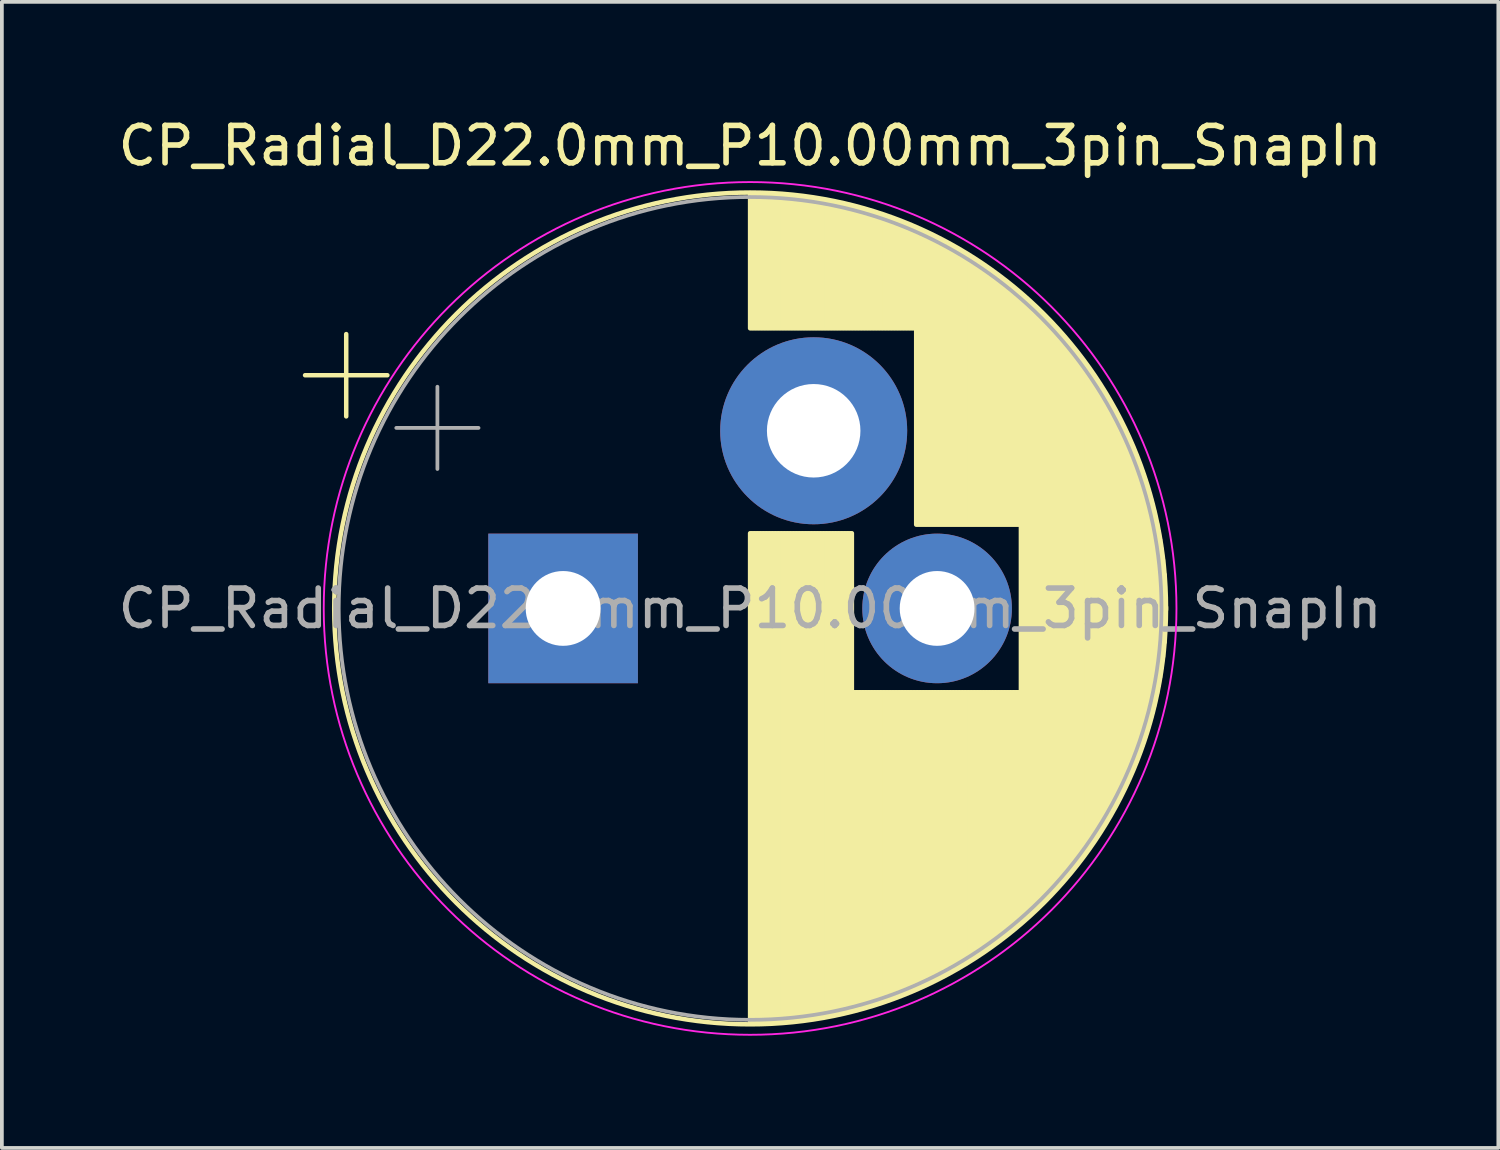
<source format=kicad_pcb>
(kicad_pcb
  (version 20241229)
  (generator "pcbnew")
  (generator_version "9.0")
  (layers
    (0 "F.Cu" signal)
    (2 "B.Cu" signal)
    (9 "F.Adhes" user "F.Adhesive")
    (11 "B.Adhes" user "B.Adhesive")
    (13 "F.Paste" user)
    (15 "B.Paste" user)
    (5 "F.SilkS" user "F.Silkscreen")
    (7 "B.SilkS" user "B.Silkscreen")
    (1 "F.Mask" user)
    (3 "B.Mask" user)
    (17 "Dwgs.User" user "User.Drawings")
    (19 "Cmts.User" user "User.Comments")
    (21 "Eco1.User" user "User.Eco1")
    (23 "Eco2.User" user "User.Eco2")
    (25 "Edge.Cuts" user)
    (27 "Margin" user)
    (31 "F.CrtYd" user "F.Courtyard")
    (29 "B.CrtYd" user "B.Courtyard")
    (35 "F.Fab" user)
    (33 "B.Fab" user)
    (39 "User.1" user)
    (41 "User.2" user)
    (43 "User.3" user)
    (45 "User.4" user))
  (footprint "CP_Radial_D22.0mm_P10.00mm_3pin_SnapIn"
    (layer "F.Cu")
    (at 12.006 13.218)
    (property "Reference" "CP_Radial_D22.0mm_P10.00mm_3pin_SnapIn" (at 5 -12.37 0) (layer "F.SilkS") (effects (font (size 1 1) (thickness 0.15))))
    (attr through_hole)
    (fp_line (start -6.899 -6.235) (end -4.699 -6.235) (stroke (width 0.12) (type solid)) (layer "F.SilkS"))
    (fp_line (start -5.799 -7.335) (end -5.799 -5.135) (stroke (width 0.12) (type solid)) (layer "F.SilkS"))
    (fp_line (start 5 -11.081) (end 5 -7.49) (stroke (width 0.12) (type solid)) (layer "F.SilkS"))
    (fp_line (start 5 -2.01) (end 5 11.081) (stroke (width 0.12) (type solid)) (layer "F.SilkS"))
    (fp_line (start 5.04 -11.08) (end 5.04 -7.49) (stroke (width 0.12) (type solid)) (layer "F.SilkS"))
    (fp_line (start 5.04 -2.01) (end 5.04 11.08) (stroke (width 0.12) (type solid)) (layer "F.SilkS"))
    (fp_line (start 5.08 -11.08) (end 5.08 -7.49) (stroke (width 0.12) (type solid)) (layer "F.SilkS"))
    (fp_line (start 5.08 -2.01) (end 5.08 11.08) (stroke (width 0.12) (type solid)) (layer "F.SilkS"))
    (fp_line (start 5.12 -11.08) (end 5.12 -7.49) (stroke (width 0.12) (type solid)) (layer "F.SilkS"))
    (fp_line (start 5.12 -2.01) (end 5.12 11.08) (stroke (width 0.12) (type solid)) (layer "F.SilkS"))
    (fp_line (start 5.16 -11.079) (end 5.16 -7.49) (stroke (width 0.12) (type solid)) (layer "F.SilkS"))
    (fp_line (start 5.16 -2.01) (end 5.16 11.079) (stroke (width 0.12) (type solid)) (layer "F.SilkS"))
    (fp_line (start 5.2 -11.079) (end 5.2 -7.49) (stroke (width 0.12) (type solid)) (layer "F.SilkS"))
    (fp_line (start 5.2 -2.01) (end 5.2 11.079) (stroke (width 0.12) (type solid)) (layer "F.SilkS"))
    (fp_line (start 5.24 -11.078) (end 5.24 -7.49) (stroke (width 0.12) (type solid)) (layer "F.SilkS"))
    (fp_line (start 5.24 -2.01) (end 5.24 11.078) (stroke (width 0.12) (type solid)) (layer "F.SilkS"))
    (fp_line (start 5.28 -11.077) (end 5.28 -7.49) (stroke (width 0.12) (type solid)) (layer "F.SilkS"))
    (fp_line (start 5.28 -2.01) (end 5.28 11.077) (stroke (width 0.12) (type solid)) (layer "F.SilkS"))
    (fp_line (start 5.32 -11.076) (end 5.32 -7.49) (stroke (width 0.12) (type solid)) (layer "F.SilkS"))
    (fp_line (start 5.32 -2.01) (end 5.32 11.076) (stroke (width 0.12) (type solid)) (layer "F.SilkS"))
    (fp_line (start 5.36 -11.075) (end 5.36 -7.49) (stroke (width 0.12) (type solid)) (layer "F.SilkS"))
    (fp_line (start 5.36 -2.01) (end 5.36 11.075) (stroke (width 0.12) (type solid)) (layer "F.SilkS"))
    (fp_line (start 5.4 -11.073) (end 5.4 -7.49) (stroke (width 0.12) (type solid)) (layer "F.SilkS"))
    (fp_line (start 5.4 -2.01) (end 5.4 11.073) (stroke (width 0.12) (type solid)) (layer "F.SilkS"))
    (fp_line (start 5.44 -11.072) (end 5.44 -7.49) (stroke (width 0.12) (type solid)) (layer "F.SilkS"))
    (fp_line (start 5.44 -2.01) (end 5.44 11.072) (stroke (width 0.12) (type solid)) (layer "F.SilkS"))
    (fp_line (start 5.48 -11.07) (end 5.48 -7.49) (stroke (width 0.12) (type solid)) (layer "F.SilkS"))
    (fp_line (start 5.48 -2.01) (end 5.48 11.07) (stroke (width 0.12) (type solid)) (layer "F.SilkS"))
    (fp_line (start 5.52 -11.068) (end 5.52 -7.49) (stroke (width 0.12) (type solid)) (layer "F.SilkS"))
    (fp_line (start 5.52 -2.01) (end 5.52 11.068) (stroke (width 0.12) (type solid)) (layer "F.SilkS"))
    (fp_line (start 5.56 -11.066) (end 5.56 -7.49) (stroke (width 0.12) (type solid)) (layer "F.SilkS"))
    (fp_line (start 5.56 -2.01) (end 5.56 11.066) (stroke (width 0.12) (type solid)) (layer "F.SilkS"))
    (fp_line (start 5.6 -11.064) (end 5.6 -7.49) (stroke (width 0.12) (type solid)) (layer "F.SilkS"))
    (fp_line (start 5.6 -2.01) (end 5.6 11.064) (stroke (width 0.12) (type solid)) (layer "F.SilkS"))
    (fp_line (start 5.64 -11.062) (end 5.64 -7.49) (stroke (width 0.12) (type solid)) (layer "F.SilkS"))
    (fp_line (start 5.64 -2.01) (end 5.64 11.062) (stroke (width 0.12) (type solid)) (layer "F.SilkS"))
    (fp_line (start 5.68 -11.06) (end 5.68 -7.49) (stroke (width 0.12) (type solid)) (layer "F.SilkS"))
    (fp_line (start 5.68 -2.01) (end 5.68 11.06) (stroke (width 0.12) (type solid)) (layer "F.SilkS"))
    (fp_line (start 5.721 -11.057) (end 5.721 -7.49) (stroke (width 0.12) (type solid)) (layer "F.SilkS"))
    (fp_line (start 5.721 -2.01) (end 5.721 11.057) (stroke (width 0.12) (type solid)) (layer "F.SilkS"))
    (fp_line (start 5.761 -11.054) (end 5.761 -7.49) (stroke (width 0.12) (type solid)) (layer "F.SilkS"))
    (fp_line (start 5.761 -2.01) (end 5.761 11.054) (stroke (width 0.12) (type solid)) (layer "F.SilkS"))
    (fp_line (start 5.801 -11.052) (end 5.801 -7.49) (stroke (width 0.12) (type solid)) (layer "F.SilkS"))
    (fp_line (start 5.801 -2.01) (end 5.801 11.052) (stroke (width 0.12) (type solid)) (layer "F.SilkS"))
    (fp_line (start 5.841 -11.049) (end 5.841 -7.49) (stroke (width 0.12) (type solid)) (layer "F.SilkS"))
    (fp_line (start 5.841 -2.01) (end 5.841 11.049) (stroke (width 0.12) (type solid)) (layer "F.SilkS"))
    (fp_line (start 5.881 -11.046) (end 5.881 -7.49) (stroke (width 0.12) (type solid)) (layer "F.SilkS"))
    (fp_line (start 5.881 -2.01) (end 5.881 11.046) (stroke (width 0.12) (type solid)) (layer "F.SilkS"))
    (fp_line (start 5.921 -11.042) (end 5.921 -7.49) (stroke (width 0.12) (type solid)) (layer "F.SilkS"))
    (fp_line (start 5.921 -2.01) (end 5.921 11.042) (stroke (width 0.12) (type solid)) (layer "F.SilkS"))
    (fp_line (start 5.961 -11.039) (end 5.961 -7.49) (stroke (width 0.12) (type solid)) (layer "F.SilkS"))
    (fp_line (start 5.961 -2.01) (end 5.961 11.039) (stroke (width 0.12) (type solid)) (layer "F.SilkS"))
    (fp_line (start 6.001 -11.035) (end 6.001 -7.49) (stroke (width 0.12) (type solid)) (layer "F.SilkS"))
    (fp_line (start 6.001 -2.01) (end 6.001 11.035) (stroke (width 0.12) (type solid)) (layer "F.SilkS"))
    (fp_line (start 6.041 -11.032) (end 6.041 -7.49) (stroke (width 0.12) (type solid)) (layer "F.SilkS"))
    (fp_line (start 6.041 -2.01) (end 6.041 11.032) (stroke (width 0.12) (type solid)) (layer "F.SilkS"))
    (fp_line (start 6.081 -11.028) (end 6.081 -7.49) (stroke (width 0.12) (type solid)) (layer "F.SilkS"))
    (fp_line (start 6.081 -2.01) (end 6.081 11.028) (stroke (width 0.12) (type solid)) (layer "F.SilkS"))
    (fp_line (start 6.121 -11.024) (end 6.121 -7.49) (stroke (width 0.12) (type solid)) (layer "F.SilkS"))
    (fp_line (start 6.121 -2.01) (end 6.121 11.024) (stroke (width 0.12) (type solid)) (layer "F.SilkS"))
    (fp_line (start 6.161 -11.02) (end 6.161 -7.49) (stroke (width 0.12) (type solid)) (layer "F.SilkS"))
    (fp_line (start 6.161 -2.01) (end 6.161 11.02) (stroke (width 0.12) (type solid)) (layer "F.SilkS"))
    (fp_line (start 6.201 -11.016) (end 6.201 -7.49) (stroke (width 0.12) (type solid)) (layer "F.SilkS"))
    (fp_line (start 6.201 -2.01) (end 6.201 11.016) (stroke (width 0.12) (type solid)) (layer "F.SilkS"))
    (fp_line (start 6.241 -11.011) (end 6.241 -7.49) (stroke (width 0.12) (type solid)) (layer "F.SilkS"))
    (fp_line (start 6.241 -2.01) (end 6.241 11.011) (stroke (width 0.12) (type solid)) (layer "F.SilkS"))
    (fp_line (start 6.281 -11.007) (end 6.281 -7.49) (stroke (width 0.12) (type solid)) (layer "F.SilkS"))
    (fp_line (start 6.281 -2.01) (end 6.281 11.007) (stroke (width 0.12) (type solid)) (layer "F.SilkS"))
    (fp_line (start 6.321 -11.002) (end 6.321 -7.49) (stroke (width 0.12) (type solid)) (layer "F.SilkS"))
    (fp_line (start 6.321 -2.01) (end 6.321 11.002) (stroke (width 0.12) (type solid)) (layer "F.SilkS"))
    (fp_line (start 6.361 -10.997) (end 6.361 -7.49) (stroke (width 0.12) (type solid)) (layer "F.SilkS"))
    (fp_line (start 6.361 -2.01) (end 6.361 10.997) (stroke (width 0.12) (type solid)) (layer "F.SilkS"))
    (fp_line (start 6.401 -10.992) (end 6.401 -7.49) (stroke (width 0.12) (type solid)) (layer "F.SilkS"))
    (fp_line (start 6.401 -2.01) (end 6.401 10.992) (stroke (width 0.12) (type solid)) (layer "F.SilkS"))
    (fp_line (start 6.441 -10.987) (end 6.441 -7.49) (stroke (width 0.12) (type solid)) (layer "F.SilkS"))
    (fp_line (start 6.441 -2.01) (end 6.441 10.987) (stroke (width 0.12) (type solid)) (layer "F.SilkS"))
    (fp_line (start 6.481 -10.982) (end 6.481 -7.49) (stroke (width 0.12) (type solid)) (layer "F.SilkS"))
    (fp_line (start 6.481 -2.01) (end 6.481 10.982) (stroke (width 0.12) (type solid)) (layer "F.SilkS"))
    (fp_line (start 6.521 -10.976) (end 6.521 -7.49) (stroke (width 0.12) (type solid)) (layer "F.SilkS"))
    (fp_line (start 6.521 -2.01) (end 6.521 10.976) (stroke (width 0.12) (type solid)) (layer "F.SilkS"))
    (fp_line (start 6.561 -10.971) (end 6.561 -7.49) (stroke (width 0.12) (type solid)) (layer "F.SilkS"))
    (fp_line (start 6.561 -2.01) (end 6.561 10.971) (stroke (width 0.12) (type solid)) (layer "F.SilkS"))
    (fp_line (start 6.601 -10.965) (end 6.601 -7.49) (stroke (width 0.12) (type solid)) (layer "F.SilkS"))
    (fp_line (start 6.601 -2.01) (end 6.601 10.965) (stroke (width 0.12) (type solid)) (layer "F.SilkS"))
    (fp_line (start 6.641 -10.959) (end 6.641 -7.49) (stroke (width 0.12) (type solid)) (layer "F.SilkS"))
    (fp_line (start 6.641 -2.01) (end 6.641 10.959) (stroke (width 0.12) (type solid)) (layer "F.SilkS"))
    (fp_line (start 6.681 -10.953) (end 6.681 -7.49) (stroke (width 0.12) (type solid)) (layer "F.SilkS"))
    (fp_line (start 6.681 -2.01) (end 6.681 10.953) (stroke (width 0.12) (type solid)) (layer "F.SilkS"))
    (fp_line (start 6.721 -10.947) (end 6.721 -7.49) (stroke (width 0.12) (type solid)) (layer "F.SilkS"))
    (fp_line (start 6.721 -2.01) (end 6.721 10.947) (stroke (width 0.12) (type solid)) (layer "F.SilkS"))
    (fp_line (start 6.761 -10.94) (end 6.761 -7.49) (stroke (width 0.12) (type solid)) (layer "F.SilkS"))
    (fp_line (start 6.761 -2.01) (end 6.761 10.94) (stroke (width 0.12) (type solid)) (layer "F.SilkS"))
    (fp_line (start 6.801 -10.934) (end 6.801 -7.49) (stroke (width 0.12) (type solid)) (layer "F.SilkS"))
    (fp_line (start 6.801 -2.01) (end 6.801 10.934) (stroke (width 0.12) (type solid)) (layer "F.SilkS"))
    (fp_line (start 6.841 -10.927) (end 6.841 -7.49) (stroke (width 0.12) (type solid)) (layer "F.SilkS"))
    (fp_line (start 6.841 -2.01) (end 6.841 10.927) (stroke (width 0.12) (type solid)) (layer "F.SilkS"))
    (fp_line (start 6.881 -10.92) (end 6.881 -7.49) (stroke (width 0.12) (type solid)) (layer "F.SilkS"))
    (fp_line (start 6.881 -2.01) (end 6.881 10.92) (stroke (width 0.12) (type solid)) (layer "F.SilkS"))
    (fp_line (start 6.921 -10.913) (end 6.921 -7.49) (stroke (width 0.12) (type solid)) (layer "F.SilkS"))
    (fp_line (start 6.921 -2.01) (end 6.921 10.913) (stroke (width 0.12) (type solid)) (layer "F.SilkS"))
    (fp_line (start 6.961 -10.906) (end 6.961 -7.49) (stroke (width 0.12) (type solid)) (layer "F.SilkS"))
    (fp_line (start 6.961 -2.01) (end 6.961 10.906) (stroke (width 0.12) (type solid)) (layer "F.SilkS"))
    (fp_line (start 7.001 -10.899) (end 7.001 -7.49) (stroke (width 0.12) (type solid)) (layer "F.SilkS"))
    (fp_line (start 7.001 -2.01) (end 7.001 10.899) (stroke (width 0.12) (type solid)) (layer "F.SilkS"))
    (fp_line (start 7.041 -10.892) (end 7.041 -7.49) (stroke (width 0.12) (type solid)) (layer "F.SilkS"))
    (fp_line (start 7.041 -2.01) (end 7.041 10.892) (stroke (width 0.12) (type solid)) (layer "F.SilkS"))
    (fp_line (start 7.081 -10.884) (end 7.081 -7.49) (stroke (width 0.12) (type solid)) (layer "F.SilkS"))
    (fp_line (start 7.081 -2.01) (end 7.081 10.884) (stroke (width 0.12) (type solid)) (layer "F.SilkS"))
    (fp_line (start 7.121 -10.877) (end 7.121 -7.49) (stroke (width 0.12) (type solid)) (layer "F.SilkS"))
    (fp_line (start 7.121 -2.01) (end 7.121 10.877) (stroke (width 0.12) (type solid)) (layer "F.SilkS"))
    (fp_line (start 7.161 -10.869) (end 7.161 -7.49) (stroke (width 0.12) (type solid)) (layer "F.SilkS"))
    (fp_line (start 7.161 -2.01) (end 7.161 10.869) (stroke (width 0.12) (type solid)) (layer "F.SilkS"))
    (fp_line (start 7.201 -10.861) (end 7.201 -7.49) (stroke (width 0.12) (type solid)) (layer "F.SilkS"))
    (fp_line (start 7.201 -2.01) (end 7.201 10.861) (stroke (width 0.12) (type solid)) (layer "F.SilkS"))
    (fp_line (start 7.241 -10.853) (end 7.241 -7.49) (stroke (width 0.12) (type solid)) (layer "F.SilkS"))
    (fp_line (start 7.241 -2.01) (end 7.241 10.853) (stroke (width 0.12) (type solid)) (layer "F.SilkS"))
    (fp_line (start 7.281 -10.844) (end 7.281 -7.49) (stroke (width 0.12) (type solid)) (layer "F.SilkS"))
    (fp_line (start 7.281 -2.01) (end 7.281 10.844) (stroke (width 0.12) (type solid)) (layer "F.SilkS"))
    (fp_line (start 7.321 -10.836) (end 7.321 -7.49) (stroke (width 0.12) (type solid)) (layer "F.SilkS"))
    (fp_line (start 7.321 -2.01) (end 7.321 10.836) (stroke (width 0.12) (type solid)) (layer "F.SilkS"))
    (fp_line (start 7.361 -10.827) (end 7.361 -7.49) (stroke (width 0.12) (type solid)) (layer "F.SilkS"))
    (fp_line (start 7.361 -2.01) (end 7.361 10.827) (stroke (width 0.12) (type solid)) (layer "F.SilkS"))
    (fp_line (start 7.401 -10.818) (end 7.401 -7.49) (stroke (width 0.12) (type solid)) (layer "F.SilkS"))
    (fp_line (start 7.401 -2.01) (end 7.401 10.818) (stroke (width 0.12) (type solid)) (layer "F.SilkS"))
    (fp_line (start 7.441 -10.809) (end 7.441 -7.49) (stroke (width 0.12) (type solid)) (layer "F.SilkS"))
    (fp_line (start 7.441 -2.01) (end 7.441 10.809) (stroke (width 0.12) (type solid)) (layer "F.SilkS"))
    (fp_line (start 7.481 -10.8) (end 7.481 -7.49) (stroke (width 0.12) (type solid)) (layer "F.SilkS"))
    (fp_line (start 7.481 -2.01) (end 7.481 10.8) (stroke (width 0.12) (type solid)) (layer "F.SilkS"))
    (fp_line (start 7.521 -10.791) (end 7.521 -7.49) (stroke (width 0.12) (type solid)) (layer "F.SilkS"))
    (fp_line (start 7.521 -2.01) (end 7.521 10.791) (stroke (width 0.12) (type solid)) (layer "F.SilkS"))
    (fp_line (start 7.561 -10.782) (end 7.561 -7.49) (stroke (width 0.12) (type solid)) (layer "F.SilkS"))
    (fp_line (start 7.561 -2.01) (end 7.561 10.782) (stroke (width 0.12) (type solid)) (layer "F.SilkS"))
    (fp_line (start 7.601 -10.772) (end 7.601 -7.49) (stroke (width 0.12) (type solid)) (layer "F.SilkS"))
    (fp_line (start 7.601 -2.01) (end 7.601 10.772) (stroke (width 0.12) (type solid)) (layer "F.SilkS"))
    (fp_line (start 7.641 -10.763) (end 7.641 -7.49) (stroke (width 0.12) (type solid)) (layer "F.SilkS"))
    (fp_line (start 7.641 -2.01) (end 7.641 10.763) (stroke (width 0.12) (type solid)) (layer "F.SilkS"))
    (fp_line (start 7.681 -10.753) (end 7.681 -7.49) (stroke (width 0.12) (type solid)) (layer "F.SilkS"))
    (fp_line (start 7.681 -2.01) (end 7.681 10.753) (stroke (width 0.12) (type solid)) (layer "F.SilkS"))
    (fp_line (start 7.721 -10.743) (end 7.721 -7.49) (stroke (width 0.12) (type solid)) (layer "F.SilkS"))
    (fp_line (start 7.721 -2.01) (end 7.721 10.743) (stroke (width 0.12) (type solid)) (layer "F.SilkS"))
    (fp_line (start 7.761 -10.733) (end 7.761 -7.49) (stroke (width 0.12) (type solid)) (layer "F.SilkS"))
    (fp_line (start 7.761 2.24) (end 7.761 10.733) (stroke (width 0.12) (type solid)) (layer "F.SilkS"))
    (fp_line (start 7.801 -10.722) (end 7.801 -7.49) (stroke (width 0.12) (type solid)) (layer "F.SilkS"))
    (fp_line (start 7.801 2.24) (end 7.801 10.722) (stroke (width 0.12) (type solid)) (layer "F.SilkS"))
    (fp_line (start 7.841 -10.712) (end 7.841 -7.49) (stroke (width 0.12) (type solid)) (layer "F.SilkS"))
    (fp_line (start 7.841 2.24) (end 7.841 10.712) (stroke (width 0.12) (type solid)) (layer "F.SilkS"))
    (fp_line (start 7.881 -10.701) (end 7.881 -7.49) (stroke (width 0.12) (type solid)) (layer "F.SilkS"))
    (fp_line (start 7.881 2.24) (end 7.881 10.701) (stroke (width 0.12) (type solid)) (layer "F.SilkS"))
    (fp_line (start 7.921 -10.69) (end 7.921 -7.49) (stroke (width 0.12) (type solid)) (layer "F.SilkS"))
    (fp_line (start 7.921 2.24) (end 7.921 10.69) (stroke (width 0.12) (type solid)) (layer "F.SilkS"))
    (fp_line (start 7.961 -10.679) (end 7.961 -7.49) (stroke (width 0.12) (type solid)) (layer "F.SilkS"))
    (fp_line (start 7.961 2.24) (end 7.961 10.679) (stroke (width 0.12) (type solid)) (layer "F.SilkS"))
    (fp_line (start 8.001 -10.668) (end 8.001 -7.49) (stroke (width 0.12) (type solid)) (layer "F.SilkS"))
    (fp_line (start 8.001 2.24) (end 8.001 10.668) (stroke (width 0.12) (type solid)) (layer "F.SilkS"))
    (fp_line (start 8.041 -10.657) (end 8.041 -7.49) (stroke (width 0.12) (type solid)) (layer "F.SilkS"))
    (fp_line (start 8.041 2.24) (end 8.041 10.657) (stroke (width 0.12) (type solid)) (layer "F.SilkS"))
    (fp_line (start 8.081 -10.645) (end 8.081 -7.49) (stroke (width 0.12) (type solid)) (layer "F.SilkS"))
    (fp_line (start 8.081 2.24) (end 8.081 10.645) (stroke (width 0.12) (type solid)) (layer "F.SilkS"))
    (fp_line (start 8.121 -10.634) (end 8.121 -7.49) (stroke (width 0.12) (type solid)) (layer "F.SilkS"))
    (fp_line (start 8.121 2.24) (end 8.121 10.634) (stroke (width 0.12) (type solid)) (layer "F.SilkS"))
    (fp_line (start 8.161 -10.622) (end 8.161 -7.49) (stroke (width 0.12) (type solid)) (layer "F.SilkS"))
    (fp_line (start 8.161 2.24) (end 8.161 10.622) (stroke (width 0.12) (type solid)) (layer "F.SilkS"))
    (fp_line (start 8.201 -10.61) (end 8.201 -7.49) (stroke (width 0.12) (type solid)) (layer "F.SilkS"))
    (fp_line (start 8.201 2.24) (end 8.201 10.61) (stroke (width 0.12) (type solid)) (layer "F.SilkS"))
    (fp_line (start 8.241 -10.598) (end 8.241 -7.49) (stroke (width 0.12) (type solid)) (layer "F.SilkS"))
    (fp_line (start 8.241 2.24) (end 8.241 10.598) (stroke (width 0.12) (type solid)) (layer "F.SilkS"))
    (fp_line (start 8.281 -10.586) (end 8.281 -7.49) (stroke (width 0.12) (type solid)) (layer "F.SilkS"))
    (fp_line (start 8.281 2.24) (end 8.281 10.586) (stroke (width 0.12) (type solid)) (layer "F.SilkS"))
    (fp_line (start 8.321 -10.573) (end 8.321 -7.49) (stroke (width 0.12) (type solid)) (layer "F.SilkS"))
    (fp_line (start 8.321 2.24) (end 8.321 10.573) (stroke (width 0.12) (type solid)) (layer "F.SilkS"))
    (fp_line (start 8.361 -10.561) (end 8.361 -7.49) (stroke (width 0.12) (type solid)) (layer "F.SilkS"))
    (fp_line (start 8.361 2.24) (end 8.361 10.561) (stroke (width 0.12) (type solid)) (layer "F.SilkS"))
    (fp_line (start 8.401 -10.548) (end 8.401 -7.49) (stroke (width 0.12) (type solid)) (layer "F.SilkS"))
    (fp_line (start 8.401 2.24) (end 8.401 10.548) (stroke (width 0.12) (type solid)) (layer "F.SilkS"))
    (fp_line (start 8.441 -10.535) (end 8.441 -7.49) (stroke (width 0.12) (type solid)) (layer "F.SilkS"))
    (fp_line (start 8.441 2.24) (end 8.441 10.535) (stroke (width 0.12) (type solid)) (layer "F.SilkS"))
    (fp_line (start 8.481 -10.522) (end 8.481 -7.49) (stroke (width 0.12) (type solid)) (layer "F.SilkS"))
    (fp_line (start 8.481 2.24) (end 8.481 10.522) (stroke (width 0.12) (type solid)) (layer "F.SilkS"))
    (fp_line (start 8.521 -10.509) (end 8.521 -7.49) (stroke (width 0.12) (type solid)) (layer "F.SilkS"))
    (fp_line (start 8.521 2.24) (end 8.521 10.509) (stroke (width 0.12) (type solid)) (layer "F.SilkS"))
    (fp_line (start 8.561 -10.495) (end 8.561 -7.49) (stroke (width 0.12) (type solid)) (layer "F.SilkS"))
    (fp_line (start 8.561 2.24) (end 8.561 10.495) (stroke (width 0.12) (type solid)) (layer "F.SilkS"))
    (fp_line (start 8.601 -10.482) (end 8.601 -7.49) (stroke (width 0.12) (type solid)) (layer "F.SilkS"))
    (fp_line (start 8.601 2.24) (end 8.601 10.482) (stroke (width 0.12) (type solid)) (layer "F.SilkS"))
    (fp_line (start 8.641 -10.468) (end 8.641 -7.49) (stroke (width 0.12) (type solid)) (layer "F.SilkS"))
    (fp_line (start 8.641 2.24) (end 8.641 10.468) (stroke (width 0.12) (type solid)) (layer "F.SilkS"))
    (fp_line (start 8.681 -10.454) (end 8.681 -7.49) (stroke (width 0.12) (type solid)) (layer "F.SilkS"))
    (fp_line (start 8.681 2.24) (end 8.681 10.454) (stroke (width 0.12) (type solid)) (layer "F.SilkS"))
    (fp_line (start 8.721 -10.44) (end 8.721 -7.49) (stroke (width 0.12) (type solid)) (layer "F.SilkS"))
    (fp_line (start 8.721 2.24) (end 8.721 10.44) (stroke (width 0.12) (type solid)) (layer "F.SilkS"))
    (fp_line (start 8.761 -10.426) (end 8.761 -7.49) (stroke (width 0.12) (type solid)) (layer "F.SilkS"))
    (fp_line (start 8.761 2.24) (end 8.761 10.426) (stroke (width 0.12) (type solid)) (layer "F.SilkS"))
    (fp_line (start 8.801 -10.411) (end 8.801 -7.49) (stroke (width 0.12) (type solid)) (layer "F.SilkS"))
    (fp_line (start 8.801 2.24) (end 8.801 10.411) (stroke (width 0.12) (type solid)) (layer "F.SilkS"))
    (fp_line (start 8.841 -10.396) (end 8.841 -7.49) (stroke (width 0.12) (type solid)) (layer "F.SilkS"))
    (fp_line (start 8.841 2.24) (end 8.841 10.396) (stroke (width 0.12) (type solid)) (layer "F.SilkS"))
    (fp_line (start 8.881 -10.382) (end 8.881 -7.49) (stroke (width 0.12) (type solid)) (layer "F.SilkS"))
    (fp_line (start 8.881 2.24) (end 8.881 10.382) (stroke (width 0.12) (type solid)) (layer "F.SilkS"))
    (fp_line (start 8.921 -10.367) (end 8.921 -7.49) (stroke (width 0.12) (type solid)) (layer "F.SilkS"))
    (fp_line (start 8.921 2.24) (end 8.921 10.367) (stroke (width 0.12) (type solid)) (layer "F.SilkS"))
    (fp_line (start 8.961 -10.351) (end 8.961 -7.49) (stroke (width 0.12) (type solid)) (layer "F.SilkS"))
    (fp_line (start 8.961 2.24) (end 8.961 10.351) (stroke (width 0.12) (type solid)) (layer "F.SilkS"))
    (fp_line (start 9.001 -10.336) (end 9.001 -7.49) (stroke (width 0.12) (type solid)) (layer "F.SilkS"))
    (fp_line (start 9.001 2.24) (end 9.001 10.336) (stroke (width 0.12) (type solid)) (layer "F.SilkS"))
    (fp_line (start 9.041 -10.321) (end 9.041 -7.49) (stroke (width 0.12) (type solid)) (layer "F.SilkS"))
    (fp_line (start 9.041 2.24) (end 9.041 10.321) (stroke (width 0.12) (type solid)) (layer "F.SilkS"))
    (fp_line (start 9.081 -10.305) (end 9.081 -7.49) (stroke (width 0.12) (type solid)) (layer "F.SilkS"))
    (fp_line (start 9.081 2.24) (end 9.081 10.305) (stroke (width 0.12) (type solid)) (layer "F.SilkS"))
    (fp_line (start 9.121 -10.289) (end 9.121 -7.49) (stroke (width 0.12) (type solid)) (layer "F.SilkS"))
    (fp_line (start 9.121 2.24) (end 9.121 10.289) (stroke (width 0.12) (type solid)) (layer "F.SilkS"))
    (fp_line (start 9.161 -10.273) (end 9.161 -7.49) (stroke (width 0.12) (type solid)) (layer "F.SilkS"))
    (fp_line (start 9.161 2.24) (end 9.161 10.273) (stroke (width 0.12) (type solid)) (layer "F.SilkS"))
    (fp_line (start 9.201 -10.257) (end 9.201 -7.49) (stroke (width 0.12) (type solid)) (layer "F.SilkS"))
    (fp_line (start 9.201 2.24) (end 9.201 10.257) (stroke (width 0.12) (type solid)) (layer "F.SilkS"))
    (fp_line (start 9.241 -10.24) (end 9.241 -7.49) (stroke (width 0.12) (type solid)) (layer "F.SilkS"))
    (fp_line (start 9.241 2.24) (end 9.241 10.24) (stroke (width 0.12) (type solid)) (layer "F.SilkS"))
    (fp_line (start 9.281 -10.224) (end 9.281 -7.49) (stroke (width 0.12) (type solid)) (layer "F.SilkS"))
    (fp_line (start 9.281 2.24) (end 9.281 10.224) (stroke (width 0.12) (type solid)) (layer "F.SilkS"))
    (fp_line (start 9.321 -10.207) (end 9.321 -7.49) (stroke (width 0.12) (type solid)) (layer "F.SilkS"))
    (fp_line (start 9.321 2.24) (end 9.321 10.207) (stroke (width 0.12) (type solid)) (layer "F.SilkS"))
    (fp_line (start 9.361 -10.19) (end 9.361 -7.49) (stroke (width 0.12) (type solid)) (layer "F.SilkS"))
    (fp_line (start 9.361 2.24) (end 9.361 10.19) (stroke (width 0.12) (type solid)) (layer "F.SilkS"))
    (fp_line (start 9.401 -10.173) (end 9.401 -7.49) (stroke (width 0.12) (type solid)) (layer "F.SilkS"))
    (fp_line (start 9.401 2.24) (end 9.401 10.173) (stroke (width 0.12) (type solid)) (layer "F.SilkS"))
    (fp_line (start 9.441 -10.156) (end 9.441 -2.24) (stroke (width 0.12) (type solid)) (layer "F.SilkS"))
    (fp_line (start 9.441 2.24) (end 9.441 10.156) (stroke (width 0.12) (type solid)) (layer "F.SilkS"))
    (fp_line (start 9.481 -10.138) (end 9.481 -2.24) (stroke (width 0.12) (type solid)) (layer "F.SilkS"))
    (fp_line (start 9.481 2.24) (end 9.481 10.138) (stroke (width 0.12) (type solid)) (layer "F.SilkS"))
    (fp_line (start 9.521 -10.12) (end 9.521 -2.24) (stroke (width 0.12) (type solid)) (layer "F.SilkS"))
    (fp_line (start 9.521 2.24) (end 9.521 10.12) (stroke (width 0.12) (type solid)) (layer "F.SilkS"))
    (fp_line (start 9.561 -10.103) (end 9.561 -2.24) (stroke (width 0.12) (type solid)) (layer "F.SilkS"))
    (fp_line (start 9.561 2.24) (end 9.561 10.103) (stroke (width 0.12) (type solid)) (layer "F.SilkS"))
    (fp_line (start 9.601 -10.084) (end 9.601 -2.24) (stroke (width 0.12) (type solid)) (layer "F.SilkS"))
    (fp_line (start 9.601 2.24) (end 9.601 10.084) (stroke (width 0.12) (type solid)) (layer "F.SilkS"))
    (fp_line (start 9.641 -10.066) (end 9.641 -2.24) (stroke (width 0.12) (type solid)) (layer "F.SilkS"))
    (fp_line (start 9.641 2.24) (end 9.641 10.066) (stroke (width 0.12) (type solid)) (layer "F.SilkS"))
    (fp_line (start 9.681 -10.048) (end 9.681 -2.24) (stroke (width 0.12) (type solid)) (layer "F.SilkS"))
    (fp_line (start 9.681 2.24) (end 9.681 10.048) (stroke (width 0.12) (type solid)) (layer "F.SilkS"))
    (fp_line (start 9.721 -10.029) (end 9.721 -2.24) (stroke (width 0.12) (type solid)) (layer "F.SilkS"))
    (fp_line (start 9.721 2.24) (end 9.721 10.029) (stroke (width 0.12) (type solid)) (layer "F.SilkS"))
    (fp_line (start 9.761 -10.01) (end 9.761 -2.24) (stroke (width 0.12) (type solid)) (layer "F.SilkS"))
    (fp_line (start 9.761 2.24) (end 9.761 10.01) (stroke (width 0.12) (type solid)) (layer "F.SilkS"))
    (fp_line (start 9.801 -9.991) (end 9.801 -2.24) (stroke (width 0.12) (type solid)) (layer "F.SilkS"))
    (fp_line (start 9.801 2.24) (end 9.801 9.991) (stroke (width 0.12) (type solid)) (layer "F.SilkS"))
    (fp_line (start 9.841 -9.972) (end 9.841 -2.24) (stroke (width 0.12) (type solid)) (layer "F.SilkS"))
    (fp_line (start 9.841 2.24) (end 9.841 9.972) (stroke (width 0.12) (type solid)) (layer "F.SilkS"))
    (fp_line (start 9.881 -9.952) (end 9.881 -2.24) (stroke (width 0.12) (type solid)) (layer "F.SilkS"))
    (fp_line (start 9.881 2.24) (end 9.881 9.952) (stroke (width 0.12) (type solid)) (layer "F.SilkS"))
    (fp_line (start 9.921 -9.933) (end 9.921 -2.24) (stroke (width 0.12) (type solid)) (layer "F.SilkS"))
    (fp_line (start 9.921 2.24) (end 9.921 9.933) (stroke (width 0.12) (type solid)) (layer "F.SilkS"))
    (fp_line (start 9.961 -9.913) (end 9.961 -2.24) (stroke (width 0.12) (type solid)) (layer "F.SilkS"))
    (fp_line (start 9.961 2.24) (end 9.961 9.913) (stroke (width 0.12) (type solid)) (layer "F.SilkS"))
    (fp_line (start 10.001 -9.893) (end 10.001 -2.24) (stroke (width 0.12) (type solid)) (layer "F.SilkS"))
    (fp_line (start 10.001 2.24) (end 10.001 9.893) (stroke (width 0.12) (type solid)) (layer "F.SilkS"))
    (fp_line (start 10.041 -9.873) (end 10.041 -2.24) (stroke (width 0.12) (type solid)) (layer "F.SilkS"))
    (fp_line (start 10.041 2.24) (end 10.041 9.873) (stroke (width 0.12) (type solid)) (layer "F.SilkS"))
    (fp_line (start 10.081 -9.852) (end 10.081 -2.24) (stroke (width 0.12) (type solid)) (layer "F.SilkS"))
    (fp_line (start 10.081 2.24) (end 10.081 9.852) (stroke (width 0.12) (type solid)) (layer "F.SilkS"))
    (fp_line (start 10.121 -9.832) (end 10.121 -2.24) (stroke (width 0.12) (type solid)) (layer "F.SilkS"))
    (fp_line (start 10.121 2.24) (end 10.121 9.832) (stroke (width 0.12) (type solid)) (layer "F.SilkS"))
    (fp_line (start 10.161 -9.811) (end 10.161 -2.24) (stroke (width 0.12) (type solid)) (layer "F.SilkS"))
    (fp_line (start 10.161 2.24) (end 10.161 9.811) (stroke (width 0.12) (type solid)) (layer "F.SilkS"))
    (fp_line (start 10.201 -9.79) (end 10.201 -2.24) (stroke (width 0.12) (type solid)) (layer "F.SilkS"))
    (fp_line (start 10.201 2.24) (end 10.201 9.79) (stroke (width 0.12) (type solid)) (layer "F.SilkS"))
    (fp_line (start 10.241 -9.768) (end 10.241 -2.24) (stroke (width 0.12) (type solid)) (layer "F.SilkS"))
    (fp_line (start 10.241 2.24) (end 10.241 9.768) (stroke (width 0.12) (type solid)) (layer "F.SilkS"))
    (fp_line (start 10.281 -9.747) (end 10.281 -2.24) (stroke (width 0.12) (type solid)) (layer "F.SilkS"))
    (fp_line (start 10.281 2.24) (end 10.281 9.747) (stroke (width 0.12) (type solid)) (layer "F.SilkS"))
    (fp_line (start 10.321 -9.725) (end 10.321 -2.24) (stroke (width 0.12) (type solid)) (layer "F.SilkS"))
    (fp_line (start 10.321 2.24) (end 10.321 9.725) (stroke (width 0.12) (type solid)) (layer "F.SilkS"))
    (fp_line (start 10.361 -9.703) (end 10.361 -2.24) (stroke (width 0.12) (type solid)) (layer "F.SilkS"))
    (fp_line (start 10.361 2.24) (end 10.361 9.703) (stroke (width 0.12) (type solid)) (layer "F.SilkS"))
    (fp_line (start 10.401 -9.681) (end 10.401 -2.24) (stroke (width 0.12) (type solid)) (layer "F.SilkS"))
    (fp_line (start 10.401 2.24) (end 10.401 9.681) (stroke (width 0.12) (type solid)) (layer "F.SilkS"))
    (fp_line (start 10.441 -9.659) (end 10.441 -2.24) (stroke (width 0.12) (type solid)) (layer "F.SilkS"))
    (fp_line (start 10.441 2.24) (end 10.441 9.659) (stroke (width 0.12) (type solid)) (layer "F.SilkS"))
    (fp_line (start 10.481 -9.636) (end 10.481 -2.24) (stroke (width 0.12) (type solid)) (layer "F.SilkS"))
    (fp_line (start 10.481 2.24) (end 10.481 9.636) (stroke (width 0.12) (type solid)) (layer "F.SilkS"))
    (fp_line (start 10.521 -9.614) (end 10.521 -2.24) (stroke (width 0.12) (type solid)) (layer "F.SilkS"))
    (fp_line (start 10.521 2.24) (end 10.521 9.614) (stroke (width 0.12) (type solid)) (layer "F.SilkS"))
    (fp_line (start 10.561 -9.591) (end 10.561 -2.24) (stroke (width 0.12) (type solid)) (layer "F.SilkS"))
    (fp_line (start 10.561 2.24) (end 10.561 9.591) (stroke (width 0.12) (type solid)) (layer "F.SilkS"))
    (fp_line (start 10.601 -9.567) (end 10.601 -2.24) (stroke (width 0.12) (type solid)) (layer "F.SilkS"))
    (fp_line (start 10.601 2.24) (end 10.601 9.567) (stroke (width 0.12) (type solid)) (layer "F.SilkS"))
    (fp_line (start 10.641 -9.544) (end 10.641 -2.24) (stroke (width 0.12) (type solid)) (layer "F.SilkS"))
    (fp_line (start 10.641 2.24) (end 10.641 9.544) (stroke (width 0.12) (type solid)) (layer "F.SilkS"))
    (fp_line (start 10.681 -9.52) (end 10.681 -2.24) (stroke (width 0.12) (type solid)) (layer "F.SilkS"))
    (fp_line (start 10.681 2.24) (end 10.681 9.52) (stroke (width 0.12) (type solid)) (layer "F.SilkS"))
    (fp_line (start 10.721 -9.497) (end 10.721 -2.24) (stroke (width 0.12) (type solid)) (layer "F.SilkS"))
    (fp_line (start 10.721 2.24) (end 10.721 9.497) (stroke (width 0.12) (type solid)) (layer "F.SilkS"))
    (fp_line (start 10.761 -9.472) (end 10.761 -2.24) (stroke (width 0.12) (type solid)) (layer "F.SilkS"))
    (fp_line (start 10.761 2.24) (end 10.761 9.472) (stroke (width 0.12) (type solid)) (layer "F.SilkS"))
    (fp_line (start 10.801 -9.448) (end 10.801 -2.24) (stroke (width 0.12) (type solid)) (layer "F.SilkS"))
    (fp_line (start 10.801 2.24) (end 10.801 9.448) (stroke (width 0.12) (type solid)) (layer "F.SilkS"))
    (fp_line (start 10.841 -9.424) (end 10.841 -2.24) (stroke (width 0.12) (type solid)) (layer "F.SilkS"))
    (fp_line (start 10.841 2.24) (end 10.841 9.424) (stroke (width 0.12) (type solid)) (layer "F.SilkS"))
    (fp_line (start 10.881 -9.399) (end 10.881 -2.24) (stroke (width 0.12) (type solid)) (layer "F.SilkS"))
    (fp_line (start 10.881 2.24) (end 10.881 9.399) (stroke (width 0.12) (type solid)) (layer "F.SilkS"))
    (fp_line (start 10.921 -9.374) (end 10.921 -2.24) (stroke (width 0.12) (type solid)) (layer "F.SilkS"))
    (fp_line (start 10.921 2.24) (end 10.921 9.374) (stroke (width 0.12) (type solid)) (layer "F.SilkS"))
    (fp_line (start 10.961 -9.348) (end 10.961 -2.24) (stroke (width 0.12) (type solid)) (layer "F.SilkS"))
    (fp_line (start 10.961 2.24) (end 10.961 9.348) (stroke (width 0.12) (type solid)) (layer "F.SilkS"))
    (fp_line (start 11.001 -9.323) (end 11.001 -2.24) (stroke (width 0.12) (type solid)) (layer "F.SilkS"))
    (fp_line (start 11.001 2.24) (end 11.001 9.323) (stroke (width 0.12) (type solid)) (layer "F.SilkS"))
    (fp_line (start 11.041 -9.297) (end 11.041 -2.24) (stroke (width 0.12) (type solid)) (layer "F.SilkS"))
    (fp_line (start 11.041 2.24) (end 11.041 9.297) (stroke (width 0.12) (type solid)) (layer "F.SilkS"))
    (fp_line (start 11.081 -9.271) (end 11.081 -2.24) (stroke (width 0.12) (type solid)) (layer "F.SilkS"))
    (fp_line (start 11.081 2.24) (end 11.081 9.271) (stroke (width 0.12) (type solid)) (layer "F.SilkS"))
    (fp_line (start 11.121 -9.245) (end 11.121 -2.24) (stroke (width 0.12) (type solid)) (layer "F.SilkS"))
    (fp_line (start 11.121 2.24) (end 11.121 9.245) (stroke (width 0.12) (type solid)) (layer "F.SilkS"))
    (fp_line (start 11.161 -9.218) (end 11.161 -2.24) (stroke (width 0.12) (type solid)) (layer "F.SilkS"))
    (fp_line (start 11.161 2.24) (end 11.161 9.218) (stroke (width 0.12) (type solid)) (layer "F.SilkS"))
    (fp_line (start 11.201 -9.192) (end 11.201 -2.24) (stroke (width 0.12) (type solid)) (layer "F.SilkS"))
    (fp_line (start 11.201 2.24) (end 11.201 9.192) (stroke (width 0.12) (type solid)) (layer "F.SilkS"))
    (fp_line (start 11.241 -9.165) (end 11.241 -2.24) (stroke (width 0.12) (type solid)) (layer "F.SilkS"))
    (fp_line (start 11.241 2.24) (end 11.241 9.165) (stroke (width 0.12) (type solid)) (layer "F.SilkS"))
    (fp_line (start 11.281 -9.137) (end 11.281 -2.24) (stroke (width 0.12) (type solid)) (layer "F.SilkS"))
    (fp_line (start 11.281 2.24) (end 11.281 9.137) (stroke (width 0.12) (type solid)) (layer "F.SilkS"))
    (fp_line (start 11.321 -9.11) (end 11.321 -2.24) (stroke (width 0.12) (type solid)) (layer "F.SilkS"))
    (fp_line (start 11.321 2.24) (end 11.321 9.11) (stroke (width 0.12) (type solid)) (layer "F.SilkS"))
    (fp_line (start 11.361 -9.082) (end 11.361 -2.24) (stroke (width 0.12) (type solid)) (layer "F.SilkS"))
    (fp_line (start 11.361 2.24) (end 11.361 9.082) (stroke (width 0.12) (type solid)) (layer "F.SilkS"))
    (fp_line (start 11.401 -9.054) (end 11.401 -2.24) (stroke (width 0.12) (type solid)) (layer "F.SilkS"))
    (fp_line (start 11.401 2.24) (end 11.401 9.054) (stroke (width 0.12) (type solid)) (layer "F.SilkS"))
    (fp_line (start 11.441 -9.026) (end 11.441 -2.24) (stroke (width 0.12) (type solid)) (layer "F.SilkS"))
    (fp_line (start 11.441 2.24) (end 11.441 9.026) (stroke (width 0.12) (type solid)) (layer "F.SilkS"))
    (fp_line (start 11.481 -8.997) (end 11.481 -2.24) (stroke (width 0.12) (type solid)) (layer "F.SilkS"))
    (fp_line (start 11.481 2.24) (end 11.481 8.997) (stroke (width 0.12) (type solid)) (layer "F.SilkS"))
    (fp_line (start 11.521 -8.968) (end 11.521 -2.24) (stroke (width 0.12) (type solid)) (layer "F.SilkS"))
    (fp_line (start 11.521 2.24) (end 11.521 8.968) (stroke (width 0.12) (type solid)) (layer "F.SilkS"))
    (fp_line (start 11.561 -8.939) (end 11.561 -2.24) (stroke (width 0.12) (type solid)) (layer "F.SilkS"))
    (fp_line (start 11.561 2.24) (end 11.561 8.939) (stroke (width 0.12) (type solid)) (layer "F.SilkS"))
    (fp_line (start 11.601 -8.91) (end 11.601 -2.24) (stroke (width 0.12) (type solid)) (layer "F.SilkS"))
    (fp_line (start 11.601 2.24) (end 11.601 8.91) (stroke (width 0.12) (type solid)) (layer "F.SilkS"))
    (fp_line (start 11.641 -8.88) (end 11.641 -2.24) (stroke (width 0.12) (type solid)) (layer "F.SilkS"))
    (fp_line (start 11.641 2.24) (end 11.641 8.88) (stroke (width 0.12) (type solid)) (layer "F.SilkS"))
    (fp_line (start 11.681 -8.85) (end 11.681 -2.24) (stroke (width 0.12) (type solid)) (layer "F.SilkS"))
    (fp_line (start 11.681 2.24) (end 11.681 8.85) (stroke (width 0.12) (type solid)) (layer "F.SilkS"))
    (fp_line (start 11.721 -8.82) (end 11.721 -2.24) (stroke (width 0.12) (type solid)) (layer "F.SilkS"))
    (fp_line (start 11.721 2.24) (end 11.721 8.82) (stroke (width 0.12) (type solid)) (layer "F.SilkS"))
    (fp_line (start 11.761 -8.79) (end 11.761 -2.24) (stroke (width 0.12) (type solid)) (layer "F.SilkS"))
    (fp_line (start 11.761 2.24) (end 11.761 8.79) (stroke (width 0.12) (type solid)) (layer "F.SilkS"))
    (fp_line (start 11.801 -8.759) (end 11.801 -2.24) (stroke (width 0.12) (type solid)) (layer "F.SilkS"))
    (fp_line (start 11.801 2.24) (end 11.801 8.759) (stroke (width 0.12) (type solid)) (layer "F.SilkS"))
    (fp_line (start 11.841 -8.728) (end 11.841 -2.24) (stroke (width 0.12) (type solid)) (layer "F.SilkS"))
    (fp_line (start 11.841 2.24) (end 11.841 8.728) (stroke (width 0.12) (type solid)) (layer "F.SilkS"))
    (fp_line (start 11.881 -8.697) (end 11.881 -2.24) (stroke (width 0.12) (type solid)) (layer "F.SilkS"))
    (fp_line (start 11.881 2.24) (end 11.881 8.697) (stroke (width 0.12) (type solid)) (layer "F.SilkS"))
    (fp_line (start 11.921 -8.665) (end 11.921 -2.24) (stroke (width 0.12) (type solid)) (layer "F.SilkS"))
    (fp_line (start 11.921 2.24) (end 11.921 8.665) (stroke (width 0.12) (type solid)) (layer "F.SilkS"))
    (fp_line (start 11.961 -8.633) (end 11.961 -2.24) (stroke (width 0.12) (type solid)) (layer "F.SilkS"))
    (fp_line (start 11.961 2.24) (end 11.961 8.633) (stroke (width 0.12) (type solid)) (layer "F.SilkS"))
    (fp_line (start 12.001 -8.601) (end 12.001 -2.24) (stroke (width 0.12) (type solid)) (layer "F.SilkS"))
    (fp_line (start 12.001 2.24) (end 12.001 8.601) (stroke (width 0.12) (type solid)) (layer "F.SilkS"))
    (fp_line (start 12.041 -8.568) (end 12.041 -2.24) (stroke (width 0.12) (type solid)) (layer "F.SilkS"))
    (fp_line (start 12.041 2.24) (end 12.041 8.568) (stroke (width 0.12) (type solid)) (layer "F.SilkS"))
    (fp_line (start 12.081 -8.535) (end 12.081 -2.24) (stroke (width 0.12) (type solid)) (layer "F.SilkS"))
    (fp_line (start 12.081 2.24) (end 12.081 8.535) (stroke (width 0.12) (type solid)) (layer "F.SilkS"))
    (fp_line (start 12.121 -8.502) (end 12.121 -2.24) (stroke (width 0.12) (type solid)) (layer "F.SilkS"))
    (fp_line (start 12.121 2.24) (end 12.121 8.502) (stroke (width 0.12) (type solid)) (layer "F.SilkS"))
    (fp_line (start 12.161 -8.469) (end 12.161 -2.24) (stroke (width 0.12) (type solid)) (layer "F.SilkS"))
    (fp_line (start 12.161 2.24) (end 12.161 8.469) (stroke (width 0.12) (type solid)) (layer "F.SilkS"))
    (fp_line (start 12.201 -8.435) (end 12.201 -2.24) (stroke (width 0.12) (type solid)) (layer "F.SilkS"))
    (fp_line (start 12.201 2.24) (end 12.201 8.435) (stroke (width 0.12) (type solid)) (layer "F.SilkS"))
    (fp_line (start 12.241 -8.401) (end 12.241 8.401) (stroke (width 0.12) (type solid)) (layer "F.SilkS"))
    (fp_line (start 12.281 -8.366) (end 12.281 8.366) (stroke (width 0.12) (type solid)) (layer "F.SilkS"))
    (fp_line (start 12.321 -8.331) (end 12.321 8.331) (stroke (width 0.12) (type solid)) (layer "F.SilkS"))
    (fp_line (start 12.361 -8.296) (end 12.361 8.296) (stroke (width 0.12) (type solid)) (layer "F.SilkS"))
    (fp_line (start 12.401 -8.261) (end 12.401 8.261) (stroke (width 0.12) (type solid)) (layer "F.SilkS"))
    (fp_line (start 12.441 -8.225) (end 12.441 8.225) (stroke (width 0.12) (type solid)) (layer "F.SilkS"))
    (fp_line (start 12.481 -8.189) (end 12.481 8.189) (stroke (width 0.12) (type solid)) (layer "F.SilkS"))
    (fp_line (start 12.521 -8.152) (end 12.521 8.152) (stroke (width 0.12) (type solid)) (layer "F.SilkS"))
    (fp_line (start 12.561 -8.115) (end 12.561 8.115) (stroke (width 0.12) (type solid)) (layer "F.SilkS"))
    (fp_line (start 12.601 -8.078) (end 12.601 8.078) (stroke (width 0.12) (type solid)) (layer "F.SilkS"))
    (fp_line (start 12.641 -8.04) (end 12.641 8.04) (stroke (width 0.12) (type solid)) (layer "F.SilkS"))
    (fp_line (start 12.681 -8.002) (end 12.681 8.002) (stroke (width 0.12) (type solid)) (layer "F.SilkS"))
    (fp_line (start 12.721 -7.964) (end 12.721 7.964) (stroke (width 0.12) (type solid)) (layer "F.SilkS"))
    (fp_line (start 12.761 -7.925) (end 12.761 7.925) (stroke (width 0.12) (type solid)) (layer "F.SilkS"))
    (fp_line (start 12.801 -7.886) (end 12.801 7.886) (stroke (width 0.12) (type solid)) (layer "F.SilkS"))
    (fp_line (start 12.841 -7.846) (end 12.841 7.846) (stroke (width 0.12) (type solid)) (layer "F.SilkS"))
    (fp_line (start 12.881 -7.807) (end 12.881 7.807) (stroke (width 0.12) (type solid)) (layer "F.SilkS"))
    (fp_line (start 12.921 -7.766) (end 12.921 7.766) (stroke (width 0.12) (type solid)) (layer "F.SilkS"))
    (fp_line (start 12.961 -7.725) (end 12.961 7.725) (stroke (width 0.12) (type solid)) (layer "F.SilkS"))
    (fp_line (start 13.001 -7.684) (end 13.001 7.684) (stroke (width 0.12) (type solid)) (layer "F.SilkS"))
    (fp_line (start 13.041 -7.642) (end 13.041 7.642) (stroke (width 0.12) (type solid)) (layer "F.SilkS"))
    (fp_line (start 13.081 -7.6) (end 13.081 7.6) (stroke (width 0.12) (type solid)) (layer "F.SilkS"))
    (fp_line (start 13.121 -7.558) (end 13.121 7.558) (stroke (width 0.12) (type solid)) (layer "F.SilkS"))
    (fp_line (start 13.161 -7.515) (end 13.161 7.515) (stroke (width 0.12) (type solid)) (layer "F.SilkS"))
    (fp_line (start 13.2 -7.471) (end 13.2 7.471) (stroke (width 0.12) (type solid)) (layer "F.SilkS"))
    (fp_line (start 13.24 -7.428) (end 13.24 7.428) (stroke (width 0.12) (type solid)) (layer "F.SilkS"))
    (fp_line (start 13.28 -7.383) (end 13.28 7.383) (stroke (width 0.12) (type solid)) (layer "F.SilkS"))
    (fp_line (start 13.32 -7.338) (end 13.32 7.338) (stroke (width 0.12) (type solid)) (layer "F.SilkS"))
    (fp_line (start 13.36 -7.293) (end 13.36 7.293) (stroke (width 0.12) (type solid)) (layer "F.SilkS"))
    (fp_line (start 13.4 -7.247) (end 13.4 7.247) (stroke (width 0.12) (type solid)) (layer "F.SilkS"))
    (fp_line (start 13.44 -7.201) (end 13.44 7.201) (stroke (width 0.12) (type solid)) (layer "F.SilkS"))
    (fp_line (start 13.48 -7.154) (end 13.48 7.154) (stroke (width 0.12) (type solid)) (layer "F.SilkS"))
    (fp_line (start 13.52 -7.106) (end 13.52 7.106) (stroke (width 0.12) (type solid)) (layer "F.SilkS"))
    (fp_line (start 13.56 -7.058) (end 13.56 7.058) (stroke (width 0.12) (type solid)) (layer "F.SilkS"))
    (fp_line (start 13.6 -7.01) (end 13.6 7.01) (stroke (width 0.12) (type solid)) (layer "F.SilkS"))
    (fp_line (start 13.64 -6.961) (end 13.64 6.961) (stroke (width 0.12) (type solid)) (layer "F.SilkS"))
    (fp_line (start 13.68 -6.911) (end 13.68 6.911) (stroke (width 0.12) (type solid)) (layer "F.SilkS"))
    (fp_line (start 13.72 -6.861) (end 13.72 6.861) (stroke (width 0.12) (type solid)) (layer "F.SilkS"))
    (fp_line (start 13.76 -6.81) (end 13.76 6.81) (stroke (width 0.12) (type solid)) (layer "F.SilkS"))
    (fp_line (start 13.8 -6.759) (end 13.8 6.759) (stroke (width 0.12) (type solid)) (layer "F.SilkS"))
    (fp_line (start 13.84 -6.707) (end 13.84 6.707) (stroke (width 0.12) (type solid)) (layer "F.SilkS"))
    (fp_line (start 13.88 -6.654) (end 13.88 6.654) (stroke (width 0.12) (type solid)) (layer "F.SilkS"))
    (fp_line (start 13.92 -6.6) (end 13.92 6.6) (stroke (width 0.12) (type solid)) (layer "F.SilkS"))
    (fp_line (start 13.96 -6.546) (end 13.96 6.546) (stroke (width 0.12) (type solid)) (layer "F.SilkS"))
    (fp_line (start 14 -6.492) (end 14 6.492) (stroke (width 0.12) (type solid)) (layer "F.SilkS"))
    (fp_line (start 14.04 -6.436) (end 14.04 6.436) (stroke (width 0.12) (type solid)) (layer "F.SilkS"))
    (fp_line (start 14.08 -6.38) (end 14.08 6.38) (stroke (width 0.12) (type solid)) (layer "F.SilkS"))
    (fp_line (start 14.12 -6.323) (end 14.12 6.323) (stroke (width 0.12) (type solid)) (layer "F.SilkS"))
    (fp_line (start 14.16 -6.265) (end 14.16 6.265) (stroke (width 0.12) (type solid)) (layer "F.SilkS"))
    (fp_line (start 14.2 -6.207) (end 14.2 6.207) (stroke (width 0.12) (type solid)) (layer "F.SilkS"))
    (fp_line (start 14.24 -6.147) (end 14.24 6.147) (stroke (width 0.12) (type solid)) (layer "F.SilkS"))
    (fp_line (start 14.28 -6.087) (end 14.28 6.087) (stroke (width 0.12) (type solid)) (layer "F.SilkS"))
    (fp_line (start 14.32 -6.026) (end 14.32 6.026) (stroke (width 0.12) (type solid)) (layer "F.SilkS"))
    (fp_line (start 14.36 -5.964) (end 14.36 5.964) (stroke (width 0.12) (type solid)) (layer "F.SilkS"))
    (fp_line (start 14.4 -5.901) (end 14.4 5.901) (stroke (width 0.12) (type solid)) (layer "F.SilkS"))
    (fp_line (start 14.44 -5.838) (end 14.44 5.838) (stroke (width 0.12) (type solid)) (layer "F.SilkS"))
    (fp_line (start 14.48 -5.773) (end 14.48 5.773) (stroke (width 0.12) (type solid)) (layer "F.SilkS"))
    (fp_line (start 14.52 -5.707) (end 14.52 5.707) (stroke (width 0.12) (type solid)) (layer "F.SilkS"))
    (fp_line (start 14.56 -5.64) (end 14.56 5.64) (stroke (width 0.12) (type solid)) (layer "F.SilkS"))
    (fp_line (start 14.6 -5.572) (end 14.6 5.572) (stroke (width 0.12) (type solid)) (layer "F.SilkS"))
    (fp_line (start 14.64 -5.503) (end 14.64 5.503) (stroke (width 0.12) (type solid)) (layer "F.SilkS"))
    (fp_line (start 14.68 -5.433) (end 14.68 5.433) (stroke (width 0.12) (type solid)) (layer "F.SilkS"))
    (fp_line (start 14.72 -5.362) (end 14.72 5.362) (stroke (width 0.12) (type solid)) (layer "F.SilkS"))
    (fp_line (start 14.76 -5.289) (end 14.76 5.289) (stroke (width 0.12) (type solid)) (layer "F.SilkS"))
    (fp_line (start 14.8 -5.215) (end 14.8 5.215) (stroke (width 0.12) (type solid)) (layer "F.SilkS"))
    (fp_line (start 14.84 -5.14) (end 14.84 5.14) (stroke (width 0.12) (type solid)) (layer "F.SilkS"))
    (fp_line (start 14.88 -5.063) (end 14.88 5.063) (stroke (width 0.12) (type solid)) (layer "F.SilkS"))
    (fp_line (start 14.92 -4.985) (end 14.92 4.985) (stroke (width 0.12) (type solid)) (layer "F.SilkS"))
    (fp_line (start 14.96 -4.905) (end 14.96 4.905) (stroke (width 0.12) (type solid)) (layer "F.SilkS"))
    (fp_line (start 15 -4.824) (end 15 4.824) (stroke (width 0.12) (type solid)) (layer "F.SilkS"))
    (fp_line (start 15.04 -4.741) (end 15.04 4.741) (stroke (width 0.12) (type solid)) (layer "F.SilkS"))
    (fp_line (start 15.08 -4.656) (end 15.08 4.656) (stroke (width 0.12) (type solid)) (layer "F.SilkS"))
    (fp_line (start 15.12 -4.569) (end 15.12 4.569) (stroke (width 0.12) (type solid)) (layer "F.SilkS"))
    (fp_line (start 15.16 -4.48) (end 15.16 4.48) (stroke (width 0.12) (type solid)) (layer "F.SilkS"))
    (fp_line (start 15.2 -4.389) (end 15.2 4.389) (stroke (width 0.12) (type solid)) (layer "F.SilkS"))
    (fp_line (start 15.24 -4.296) (end 15.24 4.296) (stroke (width 0.12) (type solid)) (layer "F.SilkS"))
    (fp_line (start 15.28 -4.2) (end 15.28 4.2) (stroke (width 0.12) (type solid)) (layer "F.SilkS"))
    (fp_line (start 15.32 -4.102) (end 15.32 4.102) (stroke (width 0.12) (type solid)) (layer "F.SilkS"))
    (fp_line (start 15.36 -4.001) (end 15.36 4.001) (stroke (width 0.12) (type solid)) (layer "F.SilkS"))
    (fp_line (start 15.4 -3.897) (end 15.4 3.897) (stroke (width 0.12) (type solid)) (layer "F.SilkS"))
    (fp_line (start 15.44 -3.789) (end 15.44 3.789) (stroke (width 0.12) (type solid)) (layer "F.SilkS"))
    (fp_line (start 15.48 -3.679) (end 15.48 3.679) (stroke (width 0.12) (type solid)) (layer "F.SilkS"))
    (fp_line (start 15.52 -3.564) (end 15.52 3.564) (stroke (width 0.12) (type solid)) (layer "F.SilkS"))
    (fp_line (start 15.56 -3.445) (end 15.56 3.445) (stroke (width 0.12) (type solid)) (layer "F.SilkS"))
    (fp_line (start 15.6 -3.321) (end 15.6 3.321) (stroke (width 0.12) (type solid)) (layer "F.SilkS"))
    (fp_line (start 15.64 -3.192) (end 15.64 3.192) (stroke (width 0.12) (type solid)) (layer "F.SilkS"))
    (fp_line (start 15.68 -3.058) (end 15.68 3.058) (stroke (width 0.12) (type solid)) (layer "F.SilkS"))
    (fp_line (start 15.72 -2.916) (end 15.72 2.916) (stroke (width 0.12) (type solid)) (layer "F.SilkS"))
    (fp_line (start 15.76 -2.767) (end 15.76 2.767) (stroke (width 0.12) (type solid)) (layer "F.SilkS"))
    (fp_line (start 15.8 -2.609) (end 15.8 2.609) (stroke (width 0.12) (type solid)) (layer "F.SilkS"))
    (fp_line (start 15.84 -2.44) (end 15.84 2.44) (stroke (width 0.12) (type solid)) (layer "F.SilkS"))
    (fp_line (start 15.88 -2.258) (end 15.88 2.258) (stroke (width 0.12) (type solid)) (layer "F.SilkS"))
    (fp_line (start 15.92 -2.06) (end 15.92 2.06) (stroke (width 0.12) (type solid)) (layer "F.SilkS"))
    (fp_line (start 15.96 -1.84) (end 15.96 1.84) (stroke (width 0.12) (type solid)) (layer "F.SilkS"))
    (fp_line (start 16 -1.59) (end 16 1.59) (stroke (width 0.12) (type solid)) (layer "F.SilkS"))
    (fp_line (start 16.04 -1.292) (end 16.04 1.292) (stroke (width 0.12) (type solid)) (layer "F.SilkS"))
    (fp_line (start 16.08 -0.903) (end 16.08 0.903) (stroke (width 0.12) (type solid)) (layer "F.SilkS"))
    (fp_line (start 16.12 -0.04) (end 16.12 0.04) (stroke (width 0.12) (type solid)) (layer "F.SilkS"))
    (fp_circle (center 5 0) (end 16.12 0) (stroke (width 0.12) (type solid)) (fill no) (layer "F.SilkS"))
    (fp_circle (center 5 0) (end 16.4 0) (stroke (width 0.05) (type solid)) (fill no) (layer "F.CrtYd"))
    (fp_line (start -4.461 -4.827) (end -2.261 -4.827) (stroke (width 0.1) (type solid)) (layer "F.Fab"))
    (fp_line (start -3.361 -5.928) (end -3.361 -3.728) (stroke (width 0.1) (type solid)) (layer "F.Fab"))
    (fp_circle (center 5 0) (end 16 0) (stroke (width 0.1) (type solid)) (fill no) (layer "F.Fab"))
    (fp_text user "${REFERENCE}" (at 5 0 0) (layer "F.Fab") (effects (font (size 1 1) (thickness 0.15))))
    (pad "1" thru_hole rect (at 0 0) (size 4 4) (drill 2) (layers "*.Cu" "*.Mask"))
    (pad "2" thru_hole circle (at 6.7 -4.75) (size 5 5) (drill 2.5) (layers "*.Cu" "*.Mask"))
    (pad "2" thru_hole circle (at 10 0) (size 4 4) (drill 2) (layers "*.Cu" "*.Mask")))
  (gr_rect
    (start -3 -3)
    (end 37.012 27.643)
    (stroke (width 0.1) (type default))
    (fill no)
    (layer "Edge.Cuts")))
</source>
